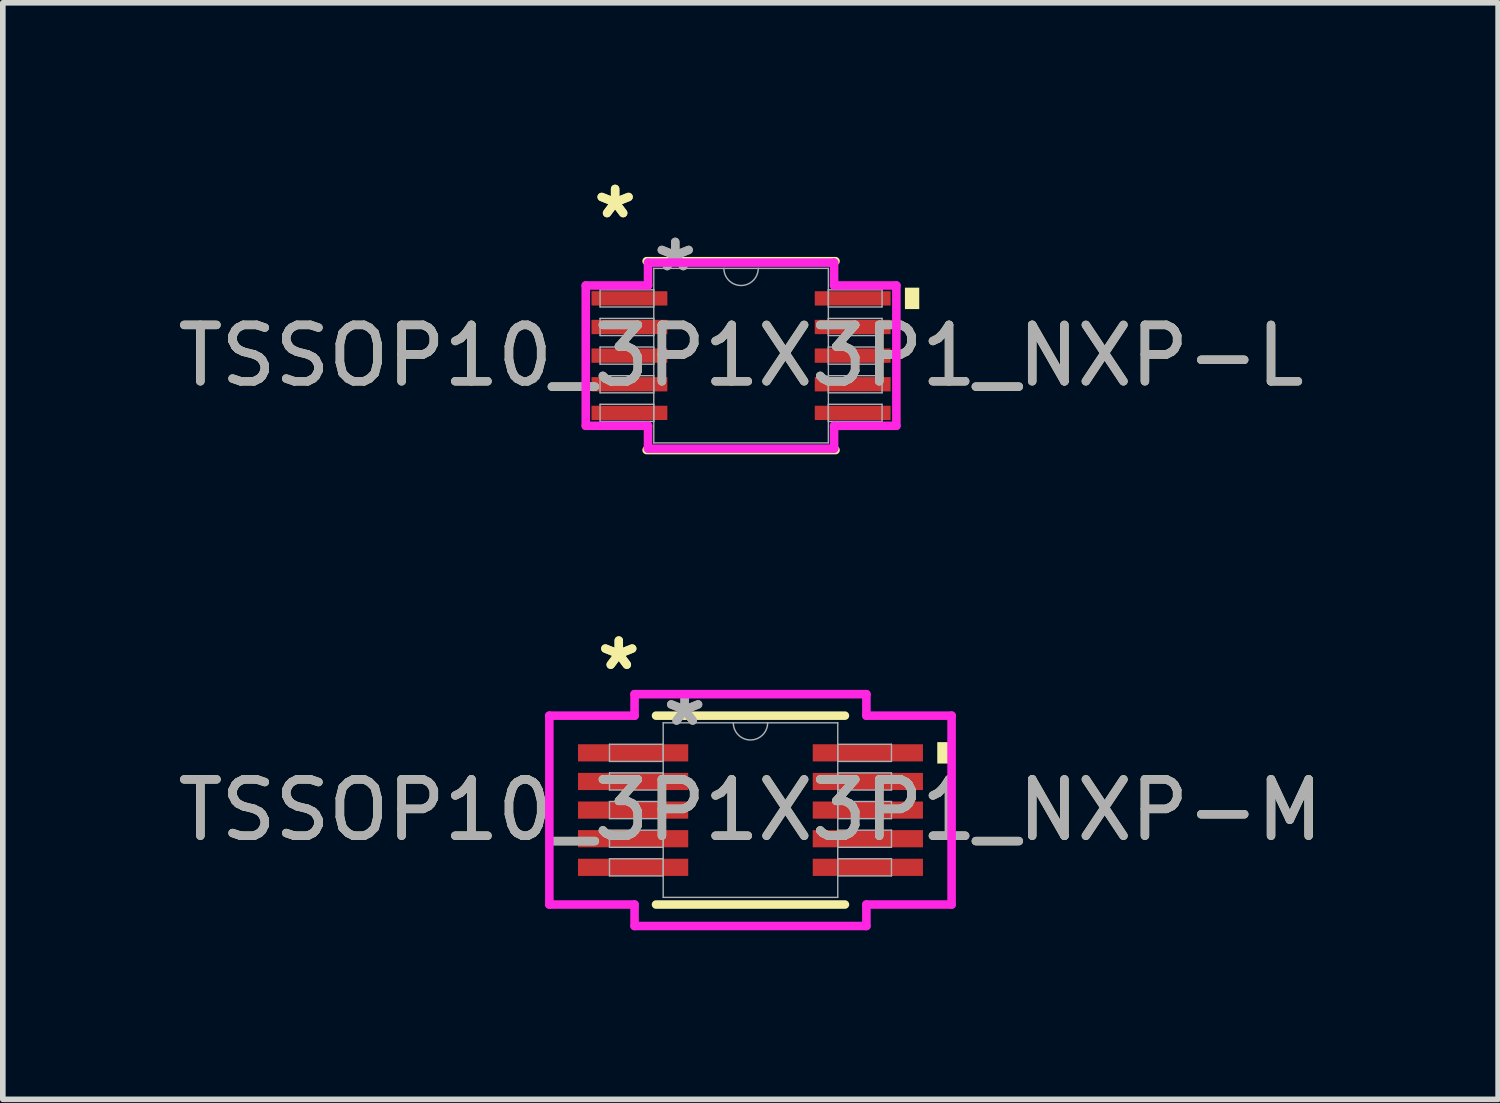
<source format=kicad_pcb>
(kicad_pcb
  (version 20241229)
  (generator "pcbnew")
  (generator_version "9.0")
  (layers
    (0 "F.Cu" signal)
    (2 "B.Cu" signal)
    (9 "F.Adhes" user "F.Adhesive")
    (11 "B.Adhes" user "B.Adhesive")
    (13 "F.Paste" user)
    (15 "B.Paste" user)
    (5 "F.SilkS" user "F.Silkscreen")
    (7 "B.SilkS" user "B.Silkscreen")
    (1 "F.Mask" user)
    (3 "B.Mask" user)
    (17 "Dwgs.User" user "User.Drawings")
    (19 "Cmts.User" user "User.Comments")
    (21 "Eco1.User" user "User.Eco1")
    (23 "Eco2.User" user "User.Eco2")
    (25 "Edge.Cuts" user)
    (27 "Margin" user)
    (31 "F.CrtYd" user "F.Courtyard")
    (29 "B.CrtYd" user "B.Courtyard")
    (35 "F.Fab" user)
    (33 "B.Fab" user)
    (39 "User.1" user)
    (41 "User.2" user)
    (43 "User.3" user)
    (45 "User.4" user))
  (footprint "TSSOP10_3P1X3P1_NXP-M"
    (layer "F.Cu")
    (at 10.268 11.326)
    (property "Reference" "TSSOP10_3P1X3P1_NXP-M" (at 0 0 0) (unlocked yes) (layer "F.SilkS") (effects (font (size 1 1) (thickness 0.15))))
    (attr smd)
    (fp_line (start -1.676 1.676) (end 1.676 1.676) (stroke (width 0.152) (type solid)) (layer "F.SilkS"))
    (fp_line (start 1.676 -1.676) (end -1.676 -1.676) (stroke (width 0.152) (type solid)) (layer "F.SilkS"))
    (fp_poly (pts (xy 3.569 -1.206) (xy 3.569 -0.826) (xy 3.315 -0.826) (xy 3.315 -1.206)) (stroke (width 0) (type solid)) (fill yes) (layer "F.SilkS"))
    (fp_line (start -3.569 -1.676) (end -2.057 -1.676) (stroke (width 0.152) (type solid)) (layer "F.CrtYd"))
    (fp_line (start -3.569 1.676) (end -3.569 -1.676) (stroke (width 0.152) (type solid)) (layer "F.CrtYd"))
    (fp_line (start -3.569 1.676) (end -2.057 1.676) (stroke (width 0.152) (type solid)) (layer "F.CrtYd"))
    (fp_line (start -2.057 -2.057) (end 2.057 -2.057) (stroke (width 0.152) (type solid)) (layer "F.CrtYd"))
    (fp_line (start -2.057 -1.676) (end -2.057 -2.057) (stroke (width 0.152) (type solid)) (layer "F.CrtYd"))
    (fp_line (start -2.057 2.057) (end -2.057 1.676) (stroke (width 0.152) (type solid)) (layer "F.CrtYd"))
    (fp_line (start 2.057 -2.057) (end 2.057 -1.676) (stroke (width 0.152) (type solid)) (layer "F.CrtYd"))
    (fp_line (start 2.057 1.676) (end 2.057 2.057) (stroke (width 0.152) (type solid)) (layer "F.CrtYd"))
    (fp_line (start 2.057 2.057) (end -2.057 2.057) (stroke (width 0.152) (type solid)) (layer "F.CrtYd"))
    (fp_line (start 3.569 -1.676) (end 2.057 -1.676) (stroke (width 0.152) (type solid)) (layer "F.CrtYd"))
    (fp_line (start 3.569 -1.676) (end 3.569 1.676) (stroke (width 0.152) (type solid)) (layer "F.CrtYd"))
    (fp_line (start 3.569 1.676) (end 2.057 1.676) (stroke (width 0.152) (type solid)) (layer "F.CrtYd"))
    (fp_line (start -2.502 -1.168) (end -2.502 -0.864) (stroke (width 0.025) (type solid)) (layer "F.Fab"))
    (fp_line (start -2.502 -0.864) (end -1.549 -0.864) (stroke (width 0.025) (type solid)) (layer "F.Fab"))
    (fp_line (start -2.502 -0.66) (end -2.502 -0.356) (stroke (width 0.025) (type solid)) (layer "F.Fab"))
    (fp_line (start -2.502 -0.356) (end -1.549 -0.356) (stroke (width 0.025) (type solid)) (layer "F.Fab"))
    (fp_line (start -2.502 -0.152) (end -2.502 0.152) (stroke (width 0.025) (type solid)) (layer "F.Fab"))
    (fp_line (start -2.502 0.152) (end -1.549 0.152) (stroke (width 0.025) (type solid)) (layer "F.Fab"))
    (fp_line (start -2.502 0.356) (end -2.502 0.66) (stroke (width 0.025) (type solid)) (layer "F.Fab"))
    (fp_line (start -2.502 0.66) (end -1.549 0.66) (stroke (width 0.025) (type solid)) (layer "F.Fab"))
    (fp_line (start -2.502 0.864) (end -2.502 1.168) (stroke (width 0.025) (type solid)) (layer "F.Fab"))
    (fp_line (start -2.502 1.168) (end -1.549 1.168) (stroke (width 0.025) (type solid)) (layer "F.Fab"))
    (fp_line (start -1.549 -1.549) (end -1.549 1.549) (stroke (width 0.025) (type solid)) (layer "F.Fab"))
    (fp_line (start -1.549 -1.168) (end -2.502 -1.168) (stroke (width 0.025) (type solid)) (layer "F.Fab"))
    (fp_line (start -1.549 -0.864) (end -1.549 -1.168) (stroke (width 0.025) (type solid)) (layer "F.Fab"))
    (fp_line (start -1.549 -0.66) (end -2.502 -0.66) (stroke (width 0.025) (type solid)) (layer "F.Fab"))
    (fp_line (start -1.549 -0.356) (end -1.549 -0.66) (stroke (width 0.025) (type solid)) (layer "F.Fab"))
    (fp_line (start -1.549 -0.152) (end -2.502 -0.152) (stroke (width 0.025) (type solid)) (layer "F.Fab"))
    (fp_line (start -1.549 0.152) (end -1.549 -0.152) (stroke (width 0.025) (type solid)) (layer "F.Fab"))
    (fp_line (start -1.549 0.356) (end -2.502 0.356) (stroke (width 0.025) (type solid)) (layer "F.Fab"))
    (fp_line (start -1.549 0.66) (end -1.549 0.356) (stroke (width 0.025) (type solid)) (layer "F.Fab"))
    (fp_line (start -1.549 0.864) (end -2.502 0.864) (stroke (width 0.025) (type solid)) (layer "F.Fab"))
    (fp_line (start -1.549 1.168) (end -1.549 0.864) (stroke (width 0.025) (type solid)) (layer "F.Fab"))
    (fp_line (start -1.549 1.549) (end 1.549 1.549) (stroke (width 0.025) (type solid)) (layer "F.Fab"))
    (fp_line (start 1.549 -1.549) (end -1.549 -1.549) (stroke (width 0.025) (type solid)) (layer "F.Fab"))
    (fp_line (start 1.549 -1.168) (end 1.549 -0.864) (stroke (width 0.025) (type solid)) (layer "F.Fab"))
    (fp_line (start 1.549 -0.864) (end 2.502 -0.864) (stroke (width 0.025) (type solid)) (layer "F.Fab"))
    (fp_line (start 1.549 -0.66) (end 1.549 -0.356) (stroke (width 0.025) (type solid)) (layer "F.Fab"))
    (fp_line (start 1.549 -0.356) (end 2.502 -0.356) (stroke (width 0.025) (type solid)) (layer "F.Fab"))
    (fp_line (start 1.549 -0.152) (end 1.549 0.152) (stroke (width 0.025) (type solid)) (layer "F.Fab"))
    (fp_line (start 1.549 0.152) (end 2.502 0.152) (stroke (width 0.025) (type solid)) (layer "F.Fab"))
    (fp_line (start 1.549 0.356) (end 1.549 0.66) (stroke (width 0.025) (type solid)) (layer "F.Fab"))
    (fp_line (start 1.549 0.66) (end 2.502 0.66) (stroke (width 0.025) (type solid)) (layer "F.Fab"))
    (fp_line (start 1.549 0.864) (end 1.549 1.168) (stroke (width 0.025) (type solid)) (layer "F.Fab"))
    (fp_line (start 1.549 1.168) (end 2.502 1.168) (stroke (width 0.025) (type solid)) (layer "F.Fab"))
    (fp_line (start 1.549 1.549) (end 1.549 -1.549) (stroke (width 0.025) (type solid)) (layer "F.Fab"))
    (fp_line (start 2.502 -1.168) (end 1.549 -1.168) (stroke (width 0.025) (type solid)) (layer "F.Fab"))
    (fp_line (start 2.502 -0.864) (end 2.502 -1.168) (stroke (width 0.025) (type solid)) (layer "F.Fab"))
    (fp_line (start 2.502 -0.66) (end 1.549 -0.66) (stroke (width 0.025) (type solid)) (layer "F.Fab"))
    (fp_line (start 2.502 -0.356) (end 2.502 -0.66) (stroke (width 0.025) (type solid)) (layer "F.Fab"))
    (fp_line (start 2.502 -0.152) (end 1.549 -0.152) (stroke (width 0.025) (type solid)) (layer "F.Fab"))
    (fp_line (start 2.502 0.152) (end 2.502 -0.152) (stroke (width 0.025) (type solid)) (layer "F.Fab"))
    (fp_line (start 2.502 0.356) (end 1.549 0.356) (stroke (width 0.025) (type solid)) (layer "F.Fab"))
    (fp_line (start 2.502 0.66) (end 2.502 0.356) (stroke (width 0.025) (type solid)) (layer "F.Fab"))
    (fp_line (start 2.502 0.864) (end 1.549 0.864) (stroke (width 0.025) (type solid)) (layer "F.Fab"))
    (fp_line (start 2.502 1.168) (end 2.502 0.864) (stroke (width 0.025) (type solid)) (layer "F.Fab"))
    (fp_arc (start 0.3048 -1.5494) (mid 0 -1.2446) (end -0.3048 -1.5494) (stroke (width 0.0254) (type solid)) (layer "F.Fab"))
    (fp_text user "*" (at -2.337 -2.464 0) (unlocked yes) (layer "F.SilkS") (effects (font (size 1 1) (thickness 0.15))))
    (fp_text user "*" (at -2.337 -2.464 0) (layer "F.SilkS") (effects (font (size 1 1) (thickness 0.15))))
    (fp_text user "*" (at -1.168 -1.473 0) (unlocked yes) (layer "F.Fab") (effects (font (size 1 1) (thickness 0.15))))
    (fp_text user "${REFERENCE}" (at 0 0 0) (unlocked yes) (layer "F.Fab") (effects (font (size 1 1) (thickness 0.15))))
    (fp_text user "*" (at -1.168 -1.473 0) (layer "F.Fab") (effects (font (size 1 1) (thickness 0.15))))
    (pad "1" smd rect (at -2.083 -1.016) (size 1.956 0.305) (layers "F.Cu" "F.Mask" "F.Paste"))
    (pad "2" smd rect (at -2.083 -0.508) (size 1.956 0.305) (layers "F.Cu" "F.Mask" "F.Paste"))
    (pad "3" smd rect (at -2.083 0) (size 1.956 0.305) (layers "F.Cu" "F.Mask" "F.Paste"))
    (pad "4" smd rect (at -2.083 0.508) (size 1.956 0.305) (layers "F.Cu" "F.Mask" "F.Paste"))
    (pad "5" smd rect (at -2.083 1.016) (size 1.956 0.305) (layers "F.Cu" "F.Mask" "F.Paste"))
    (pad "6" smd rect (at 2.083 1.016) (size 1.956 0.305) (layers "F.Cu" "F.Mask" "F.Paste"))
    (pad "7" smd rect (at 2.083 0.508) (size 1.956 0.305) (layers "F.Cu" "F.Mask" "F.Paste"))
    (pad "8" smd rect (at 2.083 0) (size 1.956 0.305) (layers "F.Cu" "F.Mask" "F.Paste"))
    (pad "9" smd rect (at 2.083 -0.508) (size 1.956 0.305) (layers "F.Cu" "F.Mask" "F.Paste"))
    (pad "10" smd rect (at 2.083 -1.016) (size 1.956 0.305) (layers "F.Cu" "F.Mask" "F.Paste")))
  (footprint "TSSOP10_3P1X3P1_NXP-L"
    (layer "F.Cu")
    (at 10.101 3.261)
    (property "Reference" "TSSOP10_3P1X3P1_NXP-L" (at 0 0 0) (unlocked yes) (layer "F.SilkS") (effects (font (size 1 1) (thickness 0.15))))
    (attr smd)
    (fp_line (start -1.676 1.676) (end 1.676 1.676) (stroke (width 0.152) (type solid)) (layer "F.SilkS"))
    (fp_line (start 1.676 -1.676) (end -1.676 -1.676) (stroke (width 0.152) (type solid)) (layer "F.SilkS"))
    (fp_poly (pts (xy 3.162 -1.206) (xy 3.162 -0.826) (xy 2.908 -0.826) (xy 2.908 -1.206)) (stroke (width 0) (type solid)) (fill yes) (layer "F.SilkS"))
    (fp_line (start -2.756 -1.245) (end -1.651 -1.245) (stroke (width 0.152) (type solid)) (layer "F.CrtYd"))
    (fp_line (start -2.756 1.245) (end -2.756 -1.245) (stroke (width 0.152) (type solid)) (layer "F.CrtYd"))
    (fp_line (start -2.756 1.245) (end -1.651 1.245) (stroke (width 0.152) (type solid)) (layer "F.CrtYd"))
    (fp_line (start -1.651 -1.651) (end 1.651 -1.651) (stroke (width 0.152) (type solid)) (layer "F.CrtYd"))
    (fp_line (start -1.651 -1.245) (end -1.651 -1.651) (stroke (width 0.152) (type solid)) (layer "F.CrtYd"))
    (fp_line (start -1.651 1.651) (end -1.651 1.245) (stroke (width 0.152) (type solid)) (layer "F.CrtYd"))
    (fp_line (start 1.651 -1.651) (end 1.651 -1.245) (stroke (width 0.152) (type solid)) (layer "F.CrtYd"))
    (fp_line (start 1.651 1.245) (end 1.651 1.651) (stroke (width 0.152) (type solid)) (layer "F.CrtYd"))
    (fp_line (start 1.651 1.651) (end -1.651 1.651) (stroke (width 0.152) (type solid)) (layer "F.CrtYd"))
    (fp_line (start 2.756 -1.245) (end 1.651 -1.245) (stroke (width 0.152) (type solid)) (layer "F.CrtYd"))
    (fp_line (start 2.756 -1.245) (end 2.756 1.245) (stroke (width 0.152) (type solid)) (layer "F.CrtYd"))
    (fp_line (start 2.756 1.245) (end 1.651 1.245) (stroke (width 0.152) (type solid)) (layer "F.CrtYd"))
    (fp_line (start -2.502 -1.168) (end -2.502 -0.864) (stroke (width 0.025) (type solid)) (layer "F.Fab"))
    (fp_line (start -2.502 -0.864) (end -1.549 -0.864) (stroke (width 0.025) (type solid)) (layer "F.Fab"))
    (fp_line (start -2.502 -0.66) (end -2.502 -0.356) (stroke (width 0.025) (type solid)) (layer "F.Fab"))
    (fp_line (start -2.502 -0.356) (end -1.549 -0.356) (stroke (width 0.025) (type solid)) (layer "F.Fab"))
    (fp_line (start -2.502 -0.152) (end -2.502 0.152) (stroke (width 0.025) (type solid)) (layer "F.Fab"))
    (fp_line (start -2.502 0.152) (end -1.549 0.152) (stroke (width 0.025) (type solid)) (layer "F.Fab"))
    (fp_line (start -2.502 0.356) (end -2.502 0.66) (stroke (width 0.025) (type solid)) (layer "F.Fab"))
    (fp_line (start -2.502 0.66) (end -1.549 0.66) (stroke (width 0.025) (type solid)) (layer "F.Fab"))
    (fp_line (start -2.502 0.864) (end -2.502 1.168) (stroke (width 0.025) (type solid)) (layer "F.Fab"))
    (fp_line (start -2.502 1.168) (end -1.549 1.168) (stroke (width 0.025) (type solid)) (layer "F.Fab"))
    (fp_line (start -1.549 -1.549) (end -1.549 1.549) (stroke (width 0.025) (type solid)) (layer "F.Fab"))
    (fp_line (start -1.549 -1.168) (end -2.502 -1.168) (stroke (width 0.025) (type solid)) (layer "F.Fab"))
    (fp_line (start -1.549 -0.864) (end -1.549 -1.168) (stroke (width 0.025) (type solid)) (layer "F.Fab"))
    (fp_line (start -1.549 -0.66) (end -2.502 -0.66) (stroke (width 0.025) (type solid)) (layer "F.Fab"))
    (fp_line (start -1.549 -0.356) (end -1.549 -0.66) (stroke (width 0.025) (type solid)) (layer "F.Fab"))
    (fp_line (start -1.549 -0.152) (end -2.502 -0.152) (stroke (width 0.025) (type solid)) (layer "F.Fab"))
    (fp_line (start -1.549 0.152) (end -1.549 -0.152) (stroke (width 0.025) (type solid)) (layer "F.Fab"))
    (fp_line (start -1.549 0.356) (end -2.502 0.356) (stroke (width 0.025) (type solid)) (layer "F.Fab"))
    (fp_line (start -1.549 0.66) (end -1.549 0.356) (stroke (width 0.025) (type solid)) (layer "F.Fab"))
    (fp_line (start -1.549 0.864) (end -2.502 0.864) (stroke (width 0.025) (type solid)) (layer "F.Fab"))
    (fp_line (start -1.549 1.168) (end -1.549 0.864) (stroke (width 0.025) (type solid)) (layer "F.Fab"))
    (fp_line (start -1.549 1.549) (end 1.549 1.549) (stroke (width 0.025) (type solid)) (layer "F.Fab"))
    (fp_line (start 1.549 -1.549) (end -1.549 -1.549) (stroke (width 0.025) (type solid)) (layer "F.Fab"))
    (fp_line (start 1.549 -1.168) (end 1.549 -0.864) (stroke (width 0.025) (type solid)) (layer "F.Fab"))
    (fp_line (start 1.549 -0.864) (end 2.502 -0.864) (stroke (width 0.025) (type solid)) (layer "F.Fab"))
    (fp_line (start 1.549 -0.66) (end 1.549 -0.356) (stroke (width 0.025) (type solid)) (layer "F.Fab"))
    (fp_line (start 1.549 -0.356) (end 2.502 -0.356) (stroke (width 0.025) (type solid)) (layer "F.Fab"))
    (fp_line (start 1.549 -0.152) (end 1.549 0.152) (stroke (width 0.025) (type solid)) (layer "F.Fab"))
    (fp_line (start 1.549 0.152) (end 2.502 0.152) (stroke (width 0.025) (type solid)) (layer "F.Fab"))
    (fp_line (start 1.549 0.356) (end 1.549 0.66) (stroke (width 0.025) (type solid)) (layer "F.Fab"))
    (fp_line (start 1.549 0.66) (end 2.502 0.66) (stroke (width 0.025) (type solid)) (layer "F.Fab"))
    (fp_line (start 1.549 0.864) (end 1.549 1.168) (stroke (width 0.025) (type solid)) (layer "F.Fab"))
    (fp_line (start 1.549 1.168) (end 2.502 1.168) (stroke (width 0.025) (type solid)) (layer "F.Fab"))
    (fp_line (start 1.549 1.549) (end 1.549 -1.549) (stroke (width 0.025) (type solid)) (layer "F.Fab"))
    (fp_line (start 2.502 -1.168) (end 1.549 -1.168) (stroke (width 0.025) (type solid)) (layer "F.Fab"))
    (fp_line (start 2.502 -0.864) (end 2.502 -1.168) (stroke (width 0.025) (type solid)) (layer "F.Fab"))
    (fp_line (start 2.502 -0.66) (end 1.549 -0.66) (stroke (width 0.025) (type solid)) (layer "F.Fab"))
    (fp_line (start 2.502 -0.356) (end 2.502 -0.66) (stroke (width 0.025) (type solid)) (layer "F.Fab"))
    (fp_line (start 2.502 -0.152) (end 1.549 -0.152) (stroke (width 0.025) (type solid)) (layer "F.Fab"))
    (fp_line (start 2.502 0.152) (end 2.502 -0.152) (stroke (width 0.025) (type solid)) (layer "F.Fab"))
    (fp_line (start 2.502 0.356) (end 1.549 0.356) (stroke (width 0.025) (type solid)) (layer "F.Fab"))
    (fp_line (start 2.502 0.66) (end 2.502 0.356) (stroke (width 0.025) (type solid)) (layer "F.Fab"))
    (fp_line (start 2.502 0.864) (end 1.549 0.864) (stroke (width 0.025) (type solid)) (layer "F.Fab"))
    (fp_line (start 2.502 1.168) (end 2.502 0.864) (stroke (width 0.025) (type solid)) (layer "F.Fab"))
    (fp_arc (start 0.3048 -1.5494) (mid 0 -1.2446) (end -0.3048 -1.5494) (stroke (width 0.0254) (type solid)) (layer "F.Fab"))
    (fp_text user "*" (at -2.235 -2.413 0) (layer "F.SilkS") (effects (font (size 1 1) (thickness 0.15))))
    (fp_text user "*" (at -2.235 -2.413 0) (unlocked yes) (layer "F.SilkS") (effects (font (size 1 1) (thickness 0.15))))
    (fp_text user "*" (at -1.168 -1.473 0) (unlocked yes) (layer "F.Fab") (effects (font (size 1 1) (thickness 0.15))))
    (fp_text user "*" (at -1.168 -1.473 0) (layer "F.Fab") (effects (font (size 1 1) (thickness 0.15))))
    (fp_text user "${REFERENCE}" (at 0 0 0) (unlocked yes) (layer "F.Fab") (effects (font (size 1 1) (thickness 0.15))))
    (pad "1" smd rect (at -1.981 -1.016) (size 1.346 0.254) (layers "F.Cu" "F.Mask" "F.Paste"))
    (pad "2" smd rect (at -1.981 -0.508) (size 1.346 0.254) (layers "F.Cu" "F.Mask" "F.Paste"))
    (pad "3" smd rect (at -1.981 0) (size 1.346 0.254) (layers "F.Cu" "F.Mask" "F.Paste"))
    (pad "4" smd rect (at -1.981 0.508) (size 1.346 0.254) (layers "F.Cu" "F.Mask" "F.Paste"))
    (pad "5" smd rect (at -1.981 1.016) (size 1.346 0.254) (layers "F.Cu" "F.Mask" "F.Paste"))
    (pad "6" smd rect (at 1.981 1.016) (size 1.346 0.254) (layers "F.Cu" "F.Mask" "F.Paste"))
    (pad "7" smd rect (at 1.981 0.508) (size 1.346 0.254) (layers "F.Cu" "F.Mask" "F.Paste"))
    (pad "8" smd rect (at 1.981 0) (size 1.346 0.254) (layers "F.Cu" "F.Mask" "F.Paste"))
    (pad "9" smd rect (at 1.981 -0.508) (size 1.346 0.254) (layers "F.Cu" "F.Mask" "F.Paste"))
    (pad "10" smd rect (at 1.981 -1.016) (size 1.346 0.254) (layers "F.Cu" "F.Mask" "F.Paste")))
  (gr_rect
    (start -3 -3)
    (end 23.536 16.459)
    (stroke (width 0.1) (type default))
    (fill no)
    (layer "Edge.Cuts")))
</source>
